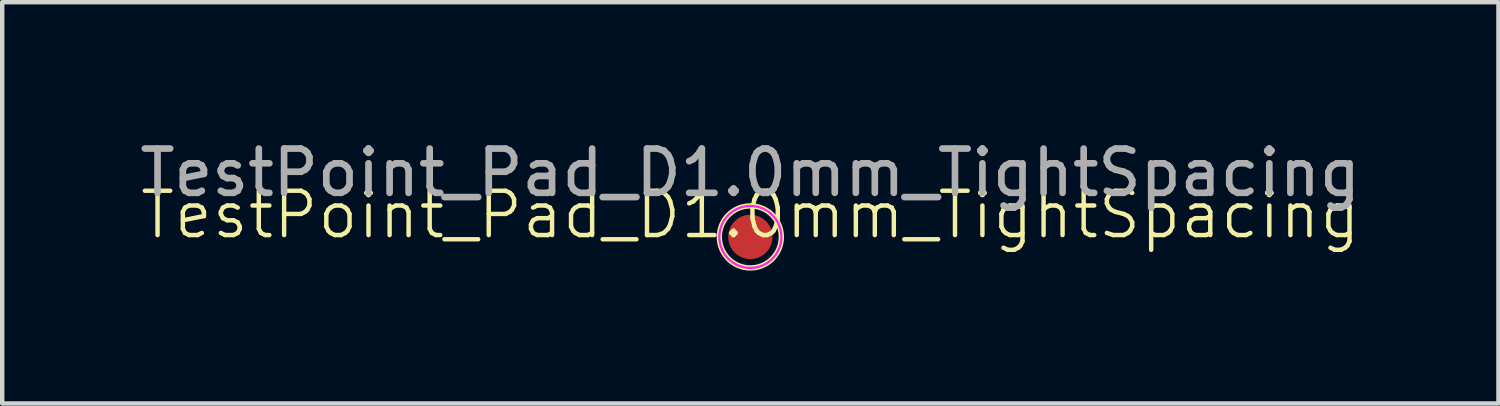
<source format=kicad_pcb>
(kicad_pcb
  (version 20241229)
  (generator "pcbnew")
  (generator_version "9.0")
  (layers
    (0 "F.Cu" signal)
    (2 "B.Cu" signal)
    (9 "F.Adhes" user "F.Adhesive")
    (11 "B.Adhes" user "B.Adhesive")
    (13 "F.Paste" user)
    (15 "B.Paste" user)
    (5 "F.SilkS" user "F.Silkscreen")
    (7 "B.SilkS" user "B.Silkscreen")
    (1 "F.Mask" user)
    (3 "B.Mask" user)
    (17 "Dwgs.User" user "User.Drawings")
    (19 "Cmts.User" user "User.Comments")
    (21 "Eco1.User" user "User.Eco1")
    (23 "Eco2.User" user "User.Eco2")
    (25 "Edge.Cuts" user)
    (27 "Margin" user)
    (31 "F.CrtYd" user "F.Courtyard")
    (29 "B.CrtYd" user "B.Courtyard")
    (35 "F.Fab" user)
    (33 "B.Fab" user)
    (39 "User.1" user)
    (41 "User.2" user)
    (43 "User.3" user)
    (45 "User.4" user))
  (footprint "TestPoint_Pad_D1.0mm_TightSpacing"
    (layer "F.Cu")
    (at 13.887 2.298)
    (property "Reference" "TestPoint_Pad_D1.0mm_TightSpacing" (at 0 -0.5 0) (unlocked yes) (layer "F.SilkS") (effects (font (size 1 1) (thickness 0.1))))
    (attr smd)
    (fp_circle (center 0 0) (end 0 0.7) (stroke (width 0.12) (type solid)) (fill no) (layer "F.SilkS"))
    (fp_circle (center 0 0) (end 0.7 0) (stroke (width 0.05) (type solid)) (fill no) (layer "F.CrtYd"))
    (fp_text user "${REFERENCE}" (at 0 -1.45 0) (layer "F.Fab") (effects (font (size 1 1) (thickness 0.15))))
    (pad "1" smd circle (at 0 0) (size 1 1) (layers "F.Cu" "F.Mask")))
  (gr_rect
    (start -3 -3)
    (end 30.774 6.058)
    (stroke (width 0.1) (type default))
    (fill no)
    (layer "Edge.Cuts")))
</source>
